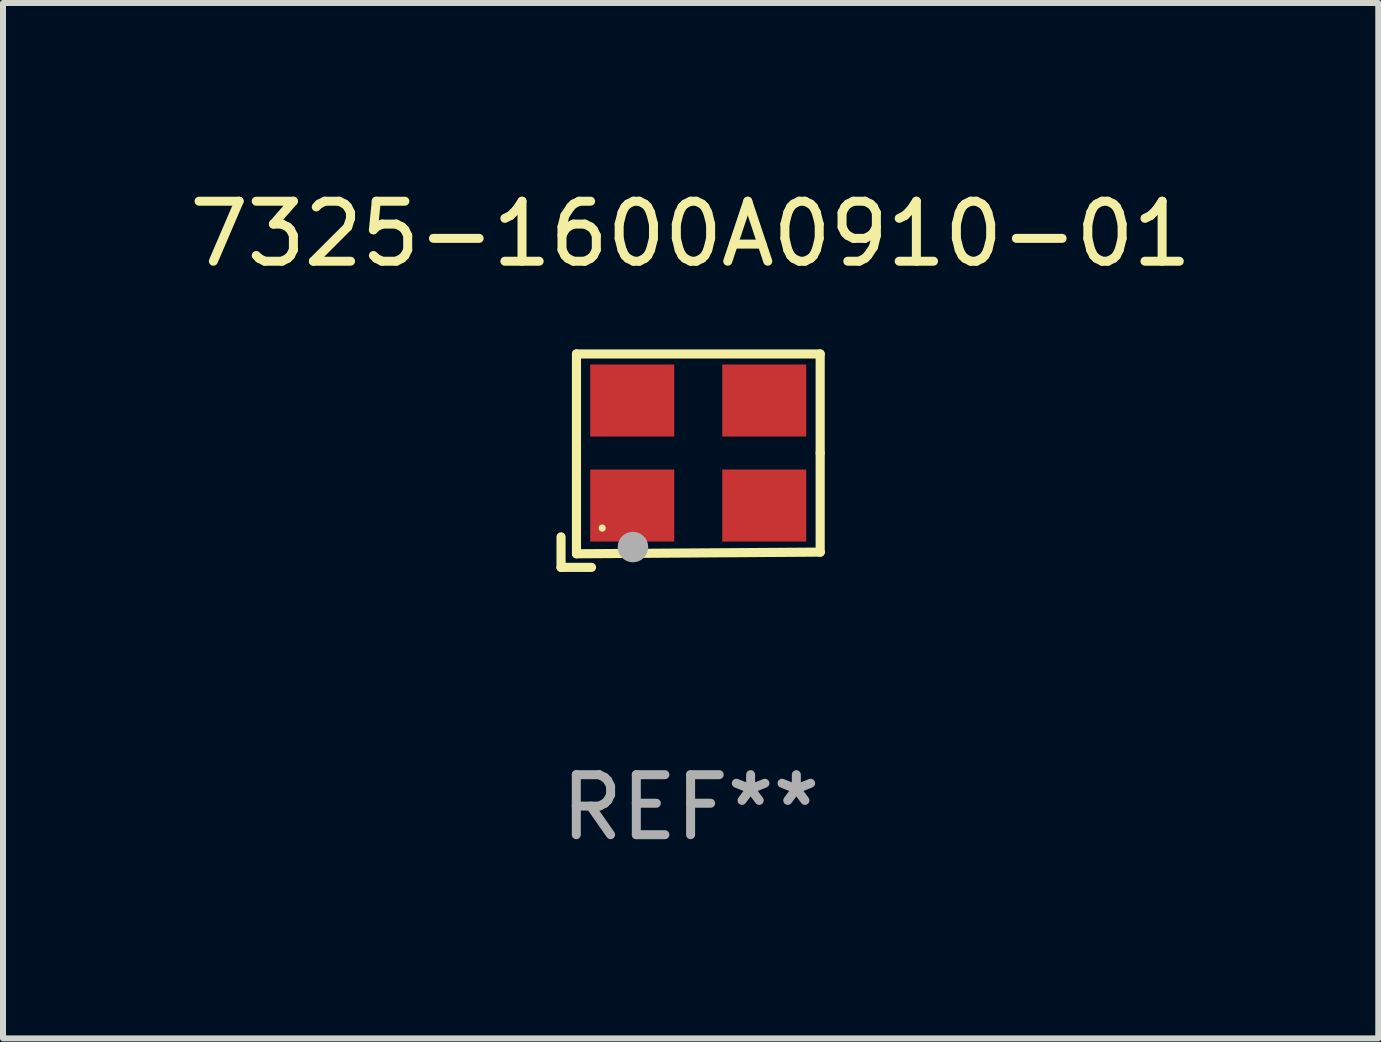
<source format=kicad_pcb>
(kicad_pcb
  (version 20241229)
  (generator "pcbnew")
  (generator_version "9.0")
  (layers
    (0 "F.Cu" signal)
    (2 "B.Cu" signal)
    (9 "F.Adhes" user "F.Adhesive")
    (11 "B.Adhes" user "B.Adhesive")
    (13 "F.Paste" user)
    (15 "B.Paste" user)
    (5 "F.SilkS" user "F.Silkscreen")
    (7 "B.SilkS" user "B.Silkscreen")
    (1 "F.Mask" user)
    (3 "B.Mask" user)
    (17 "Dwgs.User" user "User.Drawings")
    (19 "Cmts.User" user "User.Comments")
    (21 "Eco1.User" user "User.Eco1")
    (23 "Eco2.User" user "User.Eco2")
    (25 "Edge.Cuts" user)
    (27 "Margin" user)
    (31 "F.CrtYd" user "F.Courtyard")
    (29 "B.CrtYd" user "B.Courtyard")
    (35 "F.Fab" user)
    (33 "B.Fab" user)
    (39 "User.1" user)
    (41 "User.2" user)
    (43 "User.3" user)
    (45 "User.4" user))
  (footprint "7325-1600A0910-01"
    (layer "F.Cu")
    (at 8.458 4.626)
    (property "Reference" "7325-1600A0910-01" (at 0 -3.778 0) (layer "F.SilkS") (effects (font (size 1 1) (thickness 0.15))))
    (attr through_hole)
    (fp_line (start -2.159 1.27) (end -2.159 1.778) (stroke (width 0.152) (type solid)) (layer "F.SilkS"))
    (fp_line (start -2.159 1.778) (end -1.651 1.778) (stroke (width 0.152) (type solid)) (layer "F.SilkS"))
    (fp_line (start -1.902 -1.778) (end 2.159 -1.778) (stroke (width 0.152) (type solid)) (layer "F.SilkS"))
    (fp_line (start -1.902 1.552) (end -1.902 -1.778) (stroke (width 0.152) (type solid)) (layer "F.SilkS"))
    (fp_line (start 2.159 -1.778) (end 2.159 -0.127) (stroke (width 0.152) (type solid)) (layer "F.SilkS"))
    (fp_line (start 2.159 -0.127) (end 2.159 1.524) (stroke (width 0.152) (type solid)) (layer "F.SilkS"))
    (fp_line (start 2.159 1.524) (end -1.902 1.552) (stroke (width 0.152) (type solid)) (layer "F.SilkS"))
    (fp_line (start 2.159 1.524) (end 2.159 1.524) (stroke (width 0.152) (type solid)) (layer "F.SilkS"))
    (fp_circle (center -1.473 1.123) (end -1.443 1.123) (stroke (width 0.06) (type solid)) (fill no) (layer "F.SilkS"))
    (fp_circle (center -0.961 1.44) (end -0.834 1.44) (stroke (width 0.254) (type solid)) (fill no) (layer "F.Fab"))
    (fp_text user "REF**" (at 0 5.778 0) (layer "F.Fab") (effects (font (size 1 1) (thickness 0.15))))
    (pad "1" smd rect (at -0.973 0.748) (size 1.4 1.2) (layers "F.Cu" "F.Mask" "F.Paste"))
    (pad "2" smd rect (at 1.227 0.748) (size 1.4 1.2) (layers "F.Cu" "F.Mask" "F.Paste"))
    (pad "3" smd rect (at 1.227 -1.002) (size 1.4 1.2) (layers "F.Cu" "F.Mask" "F.Paste"))
    (pad "4" smd rect (at -0.973 -1.002) (size 1.4 1.2) (layers "F.Cu" "F.Mask" "F.Paste")))
  (gr_rect
    (start -3 -3)
    (end 19.917 14.253)
    (stroke (width 0.1) (type default))
    (fill no)
    (layer "Edge.Cuts")))
</source>
